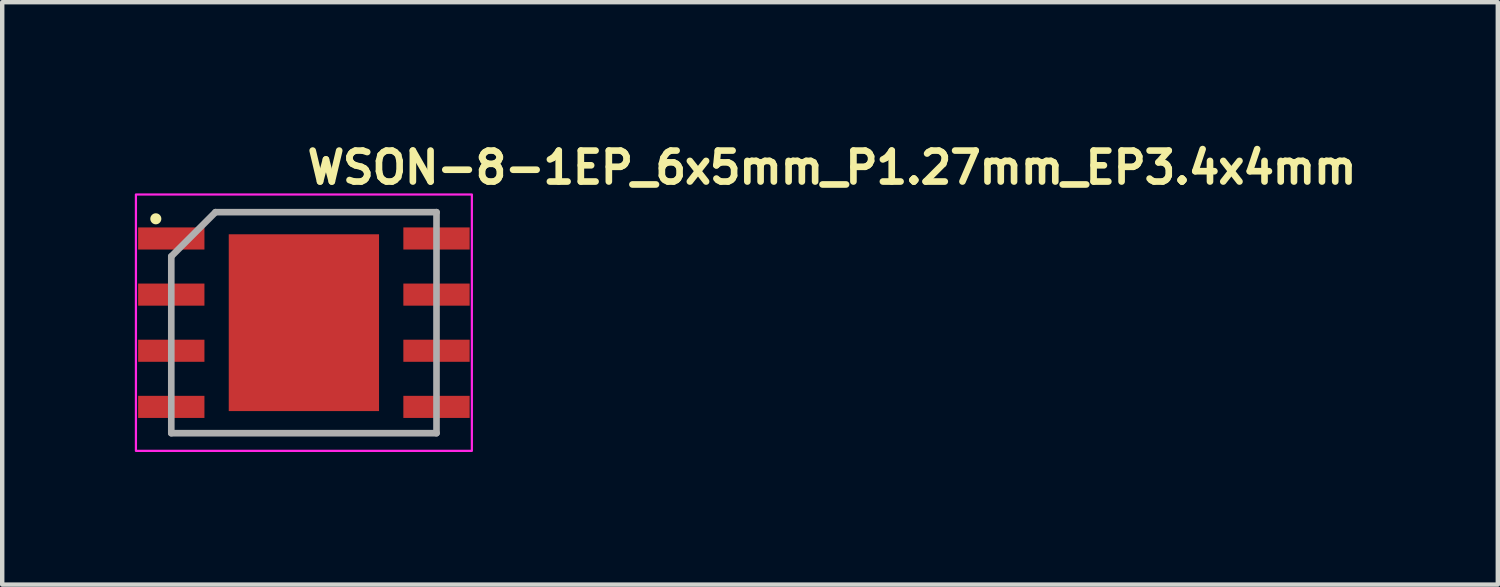
<source format=kicad_pcb>
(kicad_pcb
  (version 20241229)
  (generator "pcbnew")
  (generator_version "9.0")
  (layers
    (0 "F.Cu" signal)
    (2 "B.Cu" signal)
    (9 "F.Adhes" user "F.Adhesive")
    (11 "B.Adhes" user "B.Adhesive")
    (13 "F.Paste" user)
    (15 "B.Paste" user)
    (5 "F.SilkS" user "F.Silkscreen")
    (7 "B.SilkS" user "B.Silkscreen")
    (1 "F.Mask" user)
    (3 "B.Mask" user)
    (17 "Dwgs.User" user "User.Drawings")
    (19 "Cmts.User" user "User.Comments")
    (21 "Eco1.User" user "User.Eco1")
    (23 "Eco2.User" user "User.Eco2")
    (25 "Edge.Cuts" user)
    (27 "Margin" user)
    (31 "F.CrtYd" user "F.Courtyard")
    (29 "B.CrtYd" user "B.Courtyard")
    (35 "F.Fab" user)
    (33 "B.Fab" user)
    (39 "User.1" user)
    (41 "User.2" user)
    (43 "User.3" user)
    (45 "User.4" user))
  (footprint "WSON-8-1EP_6x5mm_P1.27mm_EP3.4x4mm"
    (layer "F.Cu")
    (at 3.825 4.25)
    (property "Reference" "WSON-8-1EP_6x5mm_P1.27mm_EP3.4x4mm" (at 0 -3.1 0) (layer "F.SilkS") (effects (font (size 0.7 0.7) (thickness 0.15)) (justify left bottom)))
    (attr smd)
    (fp_circle (center -3.35 -2.35) (end -3.3 -2.35) (stroke (width 0.15) (type solid)) (fill yes) (layer "F.SilkS"))
    (fp_rect (start -3.8 -2.9) (end 3.8 2.9) (stroke (width 0.05) (type solid)) (fill no) (layer "F.CrtYd"))
    (fp_line (start -3 -1.5) (end -3 2.5) (stroke (width 0.15) (type solid)) (layer "F.Fab"))
    (fp_line (start -3 2.5) (end 3 2.5) (stroke (width 0.15) (type solid)) (layer "F.Fab"))
    (fp_line (start -2 -2.5) (end -3 -1.5) (stroke (width 0.15) (type solid)) (layer "F.Fab"))
    (fp_line (start 3 -2.5) (end -2 -2.5) (stroke (width 0.15) (type solid)) (layer "F.Fab"))
    (fp_line (start 3 2.5) (end 3 -2.5) (stroke (width 0.15) (type solid)) (layer "F.Fab"))
    (fp_rect (start -3 -2.5) (end 3 2.5) (stroke (width 0.1) (type solid)) (fill no) (layer "User.5"))
    (fp_line (start -3 -2.5) (end -3 2.5) (stroke (width 0.02) (type solid)) (layer "User.9"))
    (fp_line (start -3 2.5) (end 3 2.5) (stroke (width 0.02) (type solid)) (layer "User.9"))
    (fp_line (start -2.81 -2.119) (end -2.809 -2.109) (stroke (width 0.02) (type solid)) (layer "User.9"))
    (fp_line (start -2.81 -2.119) (end -2.809 -2.109) (stroke (width 0.02) (type solid)) (layer "User.9"))
    (fp_line (start -2.809 -2.138) (end -2.809 -2.129) (stroke (width 0.02) (type solid)) (layer "User.9"))
    (fp_line (start -2.809 -2.138) (end -2.809 -2.129) (stroke (width 0.02) (type solid)) (layer "User.9"))
    (fp_line (start -2.809 -2.129) (end -2.81 -2.119) (stroke (width 0.02) (type solid)) (layer "User.9"))
    (fp_line (start -2.809 -2.129) (end -2.81 -2.119) (stroke (width 0.02) (type solid)) (layer "User.9"))
    (fp_line (start -2.809 -2.109) (end -2.809 -2.1) (stroke (width 0.02) (type solid)) (layer "User.9"))
    (fp_line (start -2.809 -2.109) (end -2.809 -2.1) (stroke (width 0.02) (type solid)) (layer "User.9"))
    (fp_line (start -2.809 -2.1) (end -2.807 -2.09) (stroke (width 0.02) (type solid)) (layer "User.9"))
    (fp_line (start -2.809 -2.1) (end -2.807 -2.09) (stroke (width 0.02) (type solid)) (layer "User.9"))
    (fp_line (start -2.807 -2.148) (end -2.809 -2.138) (stroke (width 0.02) (type solid)) (layer "User.9"))
    (fp_line (start -2.807 -2.148) (end -2.809 -2.138) (stroke (width 0.02) (type solid)) (layer "User.9"))
    (fp_line (start -2.807 -2.09) (end -2.806 -2.081) (stroke (width 0.02) (type solid)) (layer "User.9"))
    (fp_line (start -2.807 -2.09) (end -2.806 -2.081) (stroke (width 0.02) (type solid)) (layer "User.9"))
    (fp_line (start -2.806 -2.157) (end -2.807 -2.148) (stroke (width 0.02) (type solid)) (layer "User.9"))
    (fp_line (start -2.806 -2.157) (end -2.807 -2.148) (stroke (width 0.02) (type solid)) (layer "User.9"))
    (fp_line (start -2.806 -2.081) (end -2.804 -2.071) (stroke (width 0.02) (type solid)) (layer "User.9"))
    (fp_line (start -2.806 -2.081) (end -2.804 -2.071) (stroke (width 0.02) (type solid)) (layer "User.9"))
    (fp_line (start -2.804 -2.071) (end -2.801 -2.062) (stroke (width 0.02) (type solid)) (layer "User.9"))
    (fp_line (start -2.804 -2.071) (end -2.801 -2.062) (stroke (width 0.02) (type solid)) (layer "User.9"))
    (fp_line (start -2.803 -2.167) (end -2.806 -2.157) (stroke (width 0.02) (type solid)) (layer "User.9"))
    (fp_line (start -2.803 -2.167) (end -2.806 -2.157) (stroke (width 0.02) (type solid)) (layer "User.9"))
    (fp_line (start -2.801 -2.176) (end -2.803 -2.167) (stroke (width 0.02) (type solid)) (layer "User.9"))
    (fp_line (start -2.801 -2.176) (end -2.803 -2.167) (stroke (width 0.02) (type solid)) (layer "User.9"))
    (fp_line (start -2.801 -2.062) (end -2.798 -2.054) (stroke (width 0.02) (type solid)) (layer "User.9"))
    (fp_line (start -2.801 -2.062) (end -2.798 -2.054) (stroke (width 0.02) (type solid)) (layer "User.9"))
    (fp_line (start -2.798 -2.184) (end -2.801 -2.176) (stroke (width 0.02) (type solid)) (layer "User.9"))
    (fp_line (start -2.798 -2.184) (end -2.801 -2.176) (stroke (width 0.02) (type solid)) (layer "User.9"))
    (fp_line (start -2.798 -2.054) (end -2.795 -2.045) (stroke (width 0.02) (type solid)) (layer "User.9"))
    (fp_line (start -2.798 -2.054) (end -2.795 -2.045) (stroke (width 0.02) (type solid)) (layer "User.9"))
    (fp_line (start -2.795 -2.193) (end -2.798 -2.184) (stroke (width 0.02) (type solid)) (layer "User.9"))
    (fp_line (start -2.795 -2.193) (end -2.798 -2.184) (stroke (width 0.02) (type solid)) (layer "User.9"))
    (fp_line (start -2.795 -2.045) (end -2.791 -2.036) (stroke (width 0.02) (type solid)) (layer "User.9"))
    (fp_line (start -2.795 -2.045) (end -2.791 -2.036) (stroke (width 0.02) (type solid)) (layer "User.9"))
    (fp_line (start -2.791 -2.202) (end -2.795 -2.193) (stroke (width 0.02) (type solid)) (layer "User.9"))
    (fp_line (start -2.791 -2.202) (end -2.795 -2.193) (stroke (width 0.02) (type solid)) (layer "User.9"))
    (fp_line (start -2.791 -2.036) (end -2.787 -2.028) (stroke (width 0.02) (type solid)) (layer "User.9"))
    (fp_line (start -2.791 -2.036) (end -2.787 -2.028) (stroke (width 0.02) (type solid)) (layer "User.9"))
    (fp_line (start -2.787 -2.028) (end -2.782 -2.02) (stroke (width 0.02) (type solid)) (layer "User.9"))
    (fp_line (start -2.787 -2.028) (end -2.782 -2.02) (stroke (width 0.02) (type solid)) (layer "User.9"))
    (fp_line (start -2.786 -2.21) (end -2.791 -2.202) (stroke (width 0.02) (type solid)) (layer "User.9"))
    (fp_line (start -2.786 -2.21) (end -2.791 -2.202) (stroke (width 0.02) (type solid)) (layer "User.9"))
    (fp_line (start -2.782 -2.218) (end -2.786 -2.21) (stroke (width 0.02) (type solid)) (layer "User.9"))
    (fp_line (start -2.782 -2.218) (end -2.786 -2.21) (stroke (width 0.02) (type solid)) (layer "User.9"))
    (fp_line (start -2.782 -2.02) (end -2.777 -2.013) (stroke (width 0.02) (type solid)) (layer "User.9"))
    (fp_line (start -2.782 -2.02) (end -2.777 -2.013) (stroke (width 0.02) (type solid)) (layer "User.9"))
    (fp_line (start -2.777 -2.225) (end -2.782 -2.218) (stroke (width 0.02) (type solid)) (layer "User.9"))
    (fp_line (start -2.777 -2.225) (end -2.782 -2.218) (stroke (width 0.02) (type solid)) (layer "User.9"))
    (fp_line (start -2.777 -2.013) (end -2.772 -2.005) (stroke (width 0.02) (type solid)) (layer "User.9"))
    (fp_line (start -2.777 -2.013) (end -2.772 -2.005) (stroke (width 0.02) (type solid)) (layer "User.9"))
    (fp_line (start -2.772 -2.233) (end -2.777 -2.225) (stroke (width 0.02) (type solid)) (layer "User.9"))
    (fp_line (start -2.772 -2.233) (end -2.777 -2.225) (stroke (width 0.02) (type solid)) (layer "User.9"))
    (fp_line (start -2.772 -2.005) (end -2.766 -1.998) (stroke (width 0.02) (type solid)) (layer "User.9"))
    (fp_line (start -2.772 -2.005) (end -2.766 -1.998) (stroke (width 0.02) (type solid)) (layer "User.9"))
    (fp_line (start -2.766 -2.24) (end -2.772 -2.233) (stroke (width 0.02) (type solid)) (layer "User.9"))
    (fp_line (start -2.766 -2.24) (end -2.772 -2.233) (stroke (width 0.02) (type solid)) (layer "User.9"))
    (fp_line (start -2.766 -1.998) (end -2.76 -1.991) (stroke (width 0.02) (type solid)) (layer "User.9"))
    (fp_line (start -2.766 -1.998) (end -2.76 -1.991) (stroke (width 0.02) (type solid)) (layer "User.9"))
    (fp_line (start -2.76 -2.247) (end -2.766 -2.24) (stroke (width 0.02) (type solid)) (layer "User.9"))
    (fp_line (start -2.76 -2.247) (end -2.766 -2.24) (stroke (width 0.02) (type solid)) (layer "User.9"))
    (fp_line (start -2.76 -1.991) (end -2.754 -1.984) (stroke (width 0.02) (type solid)) (layer "User.9"))
    (fp_line (start -2.76 -1.991) (end -2.754 -1.984) (stroke (width 0.02) (type solid)) (layer "User.9"))
    (fp_line (start -2.754 -2.254) (end -2.76 -2.247) (stroke (width 0.02) (type solid)) (layer "User.9"))
    (fp_line (start -2.754 -2.254) (end -2.76 -2.247) (stroke (width 0.02) (type solid)) (layer "User.9"))
    (fp_line (start -2.754 -1.984) (end -2.747 -1.978) (stroke (width 0.02) (type solid)) (layer "User.9"))
    (fp_line (start -2.754 -1.984) (end -2.747 -1.978) (stroke (width 0.02) (type solid)) (layer "User.9"))
    (fp_line (start -2.747 -2.26) (end -2.754 -2.254) (stroke (width 0.02) (type solid)) (layer "User.9"))
    (fp_line (start -2.747 -2.26) (end -2.754 -2.254) (stroke (width 0.02) (type solid)) (layer "User.9"))
    (fp_line (start -2.747 -1.978) (end -2.74 -1.972) (stroke (width 0.02) (type solid)) (layer "User.9"))
    (fp_line (start -2.747 -1.978) (end -2.74 -1.972) (stroke (width 0.02) (type solid)) (layer "User.9"))
    (fp_line (start -2.74 -2.266) (end -2.747 -2.26) (stroke (width 0.02) (type solid)) (layer "User.9"))
    (fp_line (start -2.74 -2.266) (end -2.747 -2.26) (stroke (width 0.02) (type solid)) (layer "User.9"))
    (fp_line (start -2.74 -1.972) (end -2.733 -1.966) (stroke (width 0.02) (type solid)) (layer "User.9"))
    (fp_line (start -2.74 -1.972) (end -2.733 -1.966) (stroke (width 0.02) (type solid)) (layer "User.9"))
    (fp_line (start -2.733 -2.272) (end -2.74 -2.266) (stroke (width 0.02) (type solid)) (layer "User.9"))
    (fp_line (start -2.733 -2.272) (end -2.74 -2.266) (stroke (width 0.02) (type solid)) (layer "User.9"))
    (fp_line (start -2.733 -1.966) (end -2.726 -1.961) (stroke (width 0.02) (type solid)) (layer "User.9"))
    (fp_line (start -2.733 -1.966) (end -2.726 -1.961) (stroke (width 0.02) (type solid)) (layer "User.9"))
    (fp_line (start -2.726 -1.961) (end -2.718 -1.956) (stroke (width 0.02) (type solid)) (layer "User.9"))
    (fp_line (start -2.726 -1.961) (end -2.718 -1.956) (stroke (width 0.02) (type solid)) (layer "User.9"))
    (fp_line (start -2.725 -2.277) (end -2.733 -2.272) (stroke (width 0.02) (type solid)) (layer "User.9"))
    (fp_line (start -2.725 -2.277) (end -2.733 -2.272) (stroke (width 0.02) (type solid)) (layer "User.9"))
    (fp_line (start -2.718 -2.282) (end -2.725 -2.277) (stroke (width 0.02) (type solid)) (layer "User.9"))
    (fp_line (start -2.718 -2.282) (end -2.725 -2.277) (stroke (width 0.02) (type solid)) (layer "User.9"))
    (fp_line (start -2.718 -1.956) (end -2.71 -1.952) (stroke (width 0.02) (type solid)) (layer "User.9"))
    (fp_line (start -2.718 -1.956) (end -2.71 -1.952) (stroke (width 0.02) (type solid)) (layer "User.9"))
    (fp_line (start -2.71 -2.286) (end -2.718 -2.282) (stroke (width 0.02) (type solid)) (layer "User.9"))
    (fp_line (start -2.71 -2.286) (end -2.718 -2.282) (stroke (width 0.02) (type solid)) (layer "User.9"))
    (fp_line (start -2.71 -1.952) (end -2.702 -1.947) (stroke (width 0.02) (type solid)) (layer "User.9"))
    (fp_line (start -2.71 -1.952) (end -2.702 -1.947) (stroke (width 0.02) (type solid)) (layer "User.9"))
    (fp_line (start -2.702 -2.291) (end -2.71 -2.286) (stroke (width 0.02) (type solid)) (layer "User.9"))
    (fp_line (start -2.702 -2.291) (end -2.71 -2.286) (stroke (width 0.02) (type solid)) (layer "User.9"))
    (fp_line (start -2.702 -1.947) (end -2.693 -1.944) (stroke (width 0.02) (type solid)) (layer "User.9"))
    (fp_line (start -2.702 -1.947) (end -2.693 -1.944) (stroke (width 0.02) (type solid)) (layer "User.9"))
    (fp_line (start -2.693 -2.294) (end -2.702 -2.291) (stroke (width 0.02) (type solid)) (layer "User.9"))
    (fp_line (start -2.693 -2.294) (end -2.702 -2.291) (stroke (width 0.02) (type solid)) (layer "User.9"))
    (fp_line (start -2.693 -1.944) (end -2.685 -1.94) (stroke (width 0.02) (type solid)) (layer "User.9"))
    (fp_line (start -2.693 -1.944) (end -2.685 -1.94) (stroke (width 0.02) (type solid)) (layer "User.9"))
    (fp_line (start -2.685 -1.94) (end -2.676 -1.937) (stroke (width 0.02) (type solid)) (layer "User.9"))
    (fp_line (start -2.685 -1.94) (end -2.676 -1.937) (stroke (width 0.02) (type solid)) (layer "User.9"))
    (fp_line (start -2.684 -2.298) (end -2.693 -2.294) (stroke (width 0.02) (type solid)) (layer "User.9"))
    (fp_line (start -2.684 -2.298) (end -2.693 -2.294) (stroke (width 0.02) (type solid)) (layer "User.9"))
    (fp_line (start -2.676 -2.301) (end -2.684 -2.298) (stroke (width 0.02) (type solid)) (layer "User.9"))
    (fp_line (start -2.676 -2.301) (end -2.684 -2.298) (stroke (width 0.02) (type solid)) (layer "User.9"))
    (fp_line (start -2.676 -1.937) (end -2.667 -1.935) (stroke (width 0.02) (type solid)) (layer "User.9"))
    (fp_line (start -2.676 -1.937) (end -2.667 -1.935) (stroke (width 0.02) (type solid)) (layer "User.9"))
    (fp_line (start -2.667 -2.303) (end -2.676 -2.301) (stroke (width 0.02) (type solid)) (layer "User.9"))
    (fp_line (start -2.667 -2.303) (end -2.676 -2.301) (stroke (width 0.02) (type solid)) (layer "User.9"))
    (fp_line (start -2.667 -1.935) (end -2.657 -1.932) (stroke (width 0.02) (type solid)) (layer "User.9"))
    (fp_line (start -2.667 -1.935) (end -2.657 -1.932) (stroke (width 0.02) (type solid)) (layer "User.9"))
    (fp_line (start -2.657 -2.306) (end -2.667 -2.303) (stroke (width 0.02) (type solid)) (layer "User.9"))
    (fp_line (start -2.657 -2.306) (end -2.667 -2.303) (stroke (width 0.02) (type solid)) (layer "User.9"))
    (fp_line (start -2.657 -1.932) (end -2.648 -1.931) (stroke (width 0.02) (type solid)) (layer "User.9"))
    (fp_line (start -2.657 -1.932) (end -2.648 -1.931) (stroke (width 0.02) (type solid)) (layer "User.9"))
    (fp_line (start -2.648 -2.307) (end -2.657 -2.306) (stroke (width 0.02) (type solid)) (layer "User.9"))
    (fp_line (start -2.648 -2.307) (end -2.657 -2.306) (stroke (width 0.02) (type solid)) (layer "User.9"))
    (fp_line (start -2.648 -1.931) (end -2.639 -1.93) (stroke (width 0.02) (type solid)) (layer "User.9"))
    (fp_line (start -2.648 -1.931) (end -2.639 -1.93) (stroke (width 0.02) (type solid)) (layer "User.9"))
    (fp_line (start -2.639 -1.93) (end -2.629 -1.929) (stroke (width 0.02) (type solid)) (layer "User.9"))
    (fp_line (start -2.639 -1.93) (end -2.629 -1.929) (stroke (width 0.02) (type solid)) (layer "User.9"))
    (fp_line (start -2.638 -2.308) (end -2.648 -2.307) (stroke (width 0.02) (type solid)) (layer "User.9"))
    (fp_line (start -2.638 -2.308) (end -2.648 -2.307) (stroke (width 0.02) (type solid)) (layer "User.9"))
    (fp_line (start -2.629 -2.309) (end -2.638 -2.308) (stroke (width 0.02) (type solid)) (layer "User.9"))
    (fp_line (start -2.629 -2.309) (end -2.638 -2.308) (stroke (width 0.02) (type solid)) (layer "User.9"))
    (fp_line (start -2.629 -1.929) (end -2.619 -1.929) (stroke (width 0.02) (type solid)) (layer "User.9"))
    (fp_line (start -2.629 -1.929) (end -2.619 -1.929) (stroke (width 0.02) (type solid)) (layer "User.9"))
    (fp_line (start -2.619 -2.309) (end -2.629 -2.309) (stroke (width 0.02) (type solid)) (layer "User.9"))
    (fp_line (start -2.619 -2.309) (end -2.629 -2.309) (stroke (width 0.02) (type solid)) (layer "User.9"))
    (fp_line (start -2.619 -1.929) (end -2.609 -1.929) (stroke (width 0.02) (type solid)) (layer "User.9"))
    (fp_line (start -2.619 -1.929) (end -2.609 -1.929) (stroke (width 0.02) (type solid)) (layer "User.9"))
    (fp_line (start -2.609 -2.309) (end -2.619 -2.309) (stroke (width 0.02) (type solid)) (layer "User.9"))
    (fp_line (start -2.609 -2.309) (end -2.619 -2.309) (stroke (width 0.02) (type solid)) (layer "User.9"))
    (fp_line (start -2.609 -1.929) (end -2.6 -1.93) (stroke (width 0.02) (type solid)) (layer "User.9"))
    (fp_line (start -2.609 -1.929) (end -2.6 -1.93) (stroke (width 0.02) (type solid)) (layer "User.9"))
    (fp_line (start -2.6 -1.93) (end -2.59 -1.931) (stroke (width 0.02) (type solid)) (layer "User.9"))
    (fp_line (start -2.6 -1.93) (end -2.59 -1.931) (stroke (width 0.02) (type solid)) (layer "User.9"))
    (fp_line (start -2.599 -2.308) (end -2.609 -2.309) (stroke (width 0.02) (type solid)) (layer "User.9"))
    (fp_line (start -2.599 -2.308) (end -2.609 -2.309) (stroke (width 0.02) (type solid)) (layer "User.9"))
    (fp_line (start -2.59 -2.307) (end -2.599 -2.308) (stroke (width 0.02) (type solid)) (layer "User.9"))
    (fp_line (start -2.59 -2.307) (end -2.599 -2.308) (stroke (width 0.02) (type solid)) (layer "User.9"))
    (fp_line (start -2.59 -1.931) (end -2.581 -1.932) (stroke (width 0.02) (type solid)) (layer "User.9"))
    (fp_line (start -2.59 -1.931) (end -2.581 -1.932) (stroke (width 0.02) (type solid)) (layer "User.9"))
    (fp_line (start -2.581 -2.306) (end -2.59 -2.307) (stroke (width 0.02) (type solid)) (layer "User.9"))
    (fp_line (start -2.581 -2.306) (end -2.59 -2.307) (stroke (width 0.02) (type solid)) (layer "User.9"))
    (fp_line (start -2.581 -1.932) (end -2.571 -1.935) (stroke (width 0.02) (type solid)) (layer "User.9"))
    (fp_line (start -2.581 -1.932) (end -2.571 -1.935) (stroke (width 0.02) (type solid)) (layer "User.9"))
    (fp_line (start -2.571 -2.303) (end -2.581 -2.306) (stroke (width 0.02) (type solid)) (layer "User.9"))
    (fp_line (start -2.571 -2.303) (end -2.581 -2.306) (stroke (width 0.02) (type solid)) (layer "User.9"))
    (fp_line (start -2.571 -1.935) (end -2.562 -1.937) (stroke (width 0.02) (type solid)) (layer "User.9"))
    (fp_line (start -2.571 -1.935) (end -2.562 -1.937) (stroke (width 0.02) (type solid)) (layer "User.9"))
    (fp_line (start -2.562 -2.301) (end -2.571 -2.303) (stroke (width 0.02) (type solid)) (layer "User.9"))
    (fp_line (start -2.562 -2.301) (end -2.571 -2.303) (stroke (width 0.02) (type solid)) (layer "User.9"))
    (fp_line (start -2.562 -1.937) (end -2.554 -1.94) (stroke (width 0.02) (type solid)) (layer "User.9"))
    (fp_line (start -2.562 -1.937) (end -2.554 -1.94) (stroke (width 0.02) (type solid)) (layer "User.9"))
    (fp_line (start -2.554 -1.94) (end -2.545 -1.944) (stroke (width 0.02) (type solid)) (layer "User.9"))
    (fp_line (start -2.554 -1.94) (end -2.545 -1.944) (stroke (width 0.02) (type solid)) (layer "User.9"))
    (fp_line (start -2.553 -2.298) (end -2.562 -2.301) (stroke (width 0.02) (type solid)) (layer "User.9"))
    (fp_line (start -2.553 -2.298) (end -2.562 -2.301) (stroke (width 0.02) (type solid)) (layer "User.9"))
    (fp_line (start -2.545 -2.294) (end -2.553 -2.298) (stroke (width 0.02) (type solid)) (layer "User.9"))
    (fp_line (start -2.545 -2.294) (end -2.553 -2.298) (stroke (width 0.02) (type solid)) (layer "User.9"))
    (fp_line (start -2.545 -1.944) (end -2.536 -1.947) (stroke (width 0.02) (type solid)) (layer "User.9"))
    (fp_line (start -2.545 -1.944) (end -2.536 -1.947) (stroke (width 0.02) (type solid)) (layer "User.9"))
    (fp_line (start -2.536 -2.291) (end -2.545 -2.294) (stroke (width 0.02) (type solid)) (layer "User.9"))
    (fp_line (start -2.536 -2.291) (end -2.545 -2.294) (stroke (width 0.02) (type solid)) (layer "User.9"))
    (fp_line (start -2.536 -1.947) (end -2.528 -1.952) (stroke (width 0.02) (type solid)) (layer "User.9"))
    (fp_line (start -2.536 -1.947) (end -2.528 -1.952) (stroke (width 0.02) (type solid)) (layer "User.9"))
    (fp_line (start -2.528 -2.286) (end -2.536 -2.291) (stroke (width 0.02) (type solid)) (layer "User.9"))
    (fp_line (start -2.528 -2.286) (end -2.536 -2.291) (stroke (width 0.02) (type solid)) (layer "User.9"))
    (fp_line (start -2.528 -1.952) (end -2.52 -1.956) (stroke (width 0.02) (type solid)) (layer "User.9"))
    (fp_line (start -2.528 -1.952) (end -2.52 -1.956) (stroke (width 0.02) (type solid)) (layer "User.9"))
    (fp_line (start -2.52 -2.282) (end -2.528 -2.286) (stroke (width 0.02) (type solid)) (layer "User.9"))
    (fp_line (start -2.52 -2.282) (end -2.528 -2.286) (stroke (width 0.02) (type solid)) (layer "User.9"))
    (fp_line (start -2.52 -1.956) (end -2.513 -1.961) (stroke (width 0.02) (type solid)) (layer "User.9"))
    (fp_line (start -2.52 -1.956) (end -2.513 -1.961) (stroke (width 0.02) (type solid)) (layer "User.9"))
    (fp_line (start -2.513 -1.961) (end -2.505 -1.966) (stroke (width 0.02) (type solid)) (layer "User.9"))
    (fp_line (start -2.513 -1.961) (end -2.505 -1.966) (stroke (width 0.02) (type solid)) (layer "User.9"))
    (fp_line (start -2.512 -2.277) (end -2.52 -2.282) (stroke (width 0.02) (type solid)) (layer "User.9"))
    (fp_line (start -2.512 -2.277) (end -2.52 -2.282) (stroke (width 0.02) (type solid)) (layer "User.9"))
    (fp_line (start -2.505 -2.272) (end -2.512 -2.277) (stroke (width 0.02) (type solid)) (layer "User.9"))
    (fp_line (start -2.505 -2.272) (end -2.512 -2.277) (stroke (width 0.02) (type solid)) (layer "User.9"))
    (fp_line (start -2.505 -1.966) (end -2.498 -1.972) (stroke (width 0.02) (type solid)) (layer "User.9"))
    (fp_line (start -2.505 -1.966) (end -2.498 -1.972) (stroke (width 0.02) (type solid)) (layer "User.9"))
    (fp_line (start -2.498 -2.266) (end -2.505 -2.272) (stroke (width 0.02) (type solid)) (layer "User.9"))
    (fp_line (start -2.498 -2.266) (end -2.505 -2.272) (stroke (width 0.02) (type solid)) (layer "User.9"))
    (fp_line (start -2.498 -1.972) (end -2.491 -1.978) (stroke (width 0.02) (type solid)) (layer "User.9"))
    (fp_line (start -2.498 -1.972) (end -2.491 -1.978) (stroke (width 0.02) (type solid)) (layer "User.9"))
    (fp_line (start -2.491 -2.26) (end -2.498 -2.266) (stroke (width 0.02) (type solid)) (layer "User.9"))
    (fp_line (start -2.491 -2.26) (end -2.498 -2.266) (stroke (width 0.02) (type solid)) (layer "User.9"))
    (fp_line (start -2.491 -1.978) (end -2.484 -1.984) (stroke (width 0.02) (type solid)) (layer "User.9"))
    (fp_line (start -2.491 -1.978) (end -2.484 -1.984) (stroke (width 0.02) (type solid)) (layer "User.9"))
    (fp_line (start -2.484 -2.254) (end -2.491 -2.26) (stroke (width 0.02) (type solid)) (layer "User.9"))
    (fp_line (start -2.484 -2.254) (end -2.491 -2.26) (stroke (width 0.02) (type solid)) (layer "User.9"))
    (fp_line (start -2.484 -1.984) (end -2.478 -1.991) (stroke (width 0.02) (type solid)) (layer "User.9"))
    (fp_line (start -2.484 -1.984) (end -2.478 -1.991) (stroke (width 0.02) (type solid)) (layer "User.9"))
    (fp_line (start -2.478 -2.247) (end -2.484 -2.254) (stroke (width 0.02) (type solid)) (layer "User.9"))
    (fp_line (start -2.478 -2.247) (end -2.484 -2.254) (stroke (width 0.02) (type solid)) (layer "User.9"))
    (fp_line (start -2.478 -1.991) (end -2.472 -1.998) (stroke (width 0.02) (type solid)) (layer "User.9"))
    (fp_line (start -2.478 -1.991) (end -2.472 -1.998) (stroke (width 0.02) (type solid)) (layer "User.9"))
    (fp_line (start -2.472 -2.24) (end -2.478 -2.247) (stroke (width 0.02) (type solid)) (layer "User.9"))
    (fp_line (start -2.472 -2.24) (end -2.478 -2.247) (stroke (width 0.02) (type solid)) (layer "User.9"))
    (fp_line (start -2.472 -1.998) (end -2.466 -2.005) (stroke (width 0.02) (type solid)) (layer "User.9"))
    (fp_line (start -2.472 -1.998) (end -2.466 -2.005) (stroke (width 0.02) (type solid)) (layer "User.9"))
    (fp_line (start -2.466 -2.233) (end -2.472 -2.24) (stroke (width 0.02) (type solid)) (layer "User.9"))
    (fp_line (start -2.466 -2.233) (end -2.472 -2.24) (stroke (width 0.02) (type solid)) (layer "User.9"))
    (fp_line (start -2.466 -2.005) (end -2.461 -2.013) (stroke (width 0.02) (type solid)) (layer "User.9"))
    (fp_line (start -2.466 -2.005) (end -2.461 -2.013) (stroke (width 0.02) (type solid)) (layer "User.9"))
    (fp_line (start -2.461 -2.225) (end -2.466 -2.233) (stroke (width 0.02) (type solid)) (layer "User.9"))
    (fp_line (start -2.461 -2.225) (end -2.466 -2.233) (stroke (width 0.02) (type solid)) (layer "User.9"))
    (fp_line (start -2.461 -2.013) (end -2.456 -2.02) (stroke (width 0.02) (type solid)) (layer "User.9"))
    (fp_line (start -2.461 -2.013) (end -2.456 -2.02) (stroke (width 0.02) (type solid)) (layer "User.9"))
    (fp_line (start -2.456 -2.218) (end -2.461 -2.225) (stroke (width 0.02) (type solid)) (layer "User.9"))
    (fp_line (start -2.456 -2.218) (end -2.461 -2.225) (stroke (width 0.02) (type solid)) (layer "User.9"))
    (fp_line (start -2.456 -2.02) (end -2.452 -2.028) (stroke (width 0.02) (type solid)) (layer "User.9"))
    (fp_line (start -2.456 -2.02) (end -2.452 -2.028) (stroke (width 0.02) (type solid)) (layer "User.9"))
    (fp_line (start -2.452 -2.028) (end -2.447 -2.036) (stroke (width 0.02) (type solid)) (layer "User.9"))
    (fp_line (start -2.452 -2.028) (end -2.447 -2.036) (stroke (width 0.02) (type solid)) (layer "User.9"))
    (fp_line (start -2.451 -2.21) (end -2.456 -2.218) (stroke (width 0.02) (type solid)) (layer "User.9"))
    (fp_line (start -2.451 -2.21) (end -2.456 -2.218) (stroke (width 0.02) (type solid)) (layer "User.9"))
    (fp_line (start -2.447 -2.202) (end -2.451 -2.21) (stroke (width 0.02) (type solid)) (layer "User.9"))
    (fp_line (start -2.447 -2.202) (end -2.451 -2.21) (stroke (width 0.02) (type solid)) (layer "User.9"))
    (fp_line (start -2.447 -2.036) (end -2.443 -2.045) (stroke (width 0.02) (type solid)) (layer "User.9"))
    (fp_line (start -2.447 -2.036) (end -2.443 -2.045) (stroke (width 0.02) (type solid)) (layer "User.9"))
    (fp_line (start -2.443 -2.193) (end -2.447 -2.202) (stroke (width 0.02) (type solid)) (layer "User.9"))
    (fp_line (start -2.443 -2.193) (end -2.447 -2.202) (stroke (width 0.02) (type solid)) (layer "User.9"))
    (fp_line (start -2.443 -2.045) (end -2.44 -2.054) (stroke (width 0.02) (type solid)) (layer "User.9"))
    (fp_line (start -2.443 -2.045) (end -2.44 -2.054) (stroke (width 0.02) (type solid)) (layer "User.9"))
    (fp_line (start -2.44 -2.184) (end -2.443 -2.193) (stroke (width 0.02) (type solid)) (layer "User.9"))
    (fp_line (start -2.44 -2.184) (end -2.443 -2.193) (stroke (width 0.02) (type solid)) (layer "User.9"))
    (fp_line (start -2.44 -2.054) (end -2.437 -2.062) (stroke (width 0.02) (type solid)) (layer "User.9"))
    (fp_line (start -2.44 -2.054) (end -2.437 -2.062) (stroke (width 0.02) (type solid)) (layer "User.9"))
    (fp_line (start -2.437 -2.176) (end -2.44 -2.184) (stroke (width 0.02) (type solid)) (layer "User.9"))
    (fp_line (start -2.437 -2.176) (end -2.44 -2.184) (stroke (width 0.02) (type solid)) (layer "User.9"))
    (fp_line (start -2.437 -2.062) (end -2.435 -2.071) (stroke (width 0.02) (type solid)) (layer "User.9"))
    (fp_line (start -2.437 -2.062) (end -2.435 -2.071) (stroke (width 0.02) (type solid)) (layer "User.9"))
    (fp_line (start -2.435 -2.071) (end -2.432 -2.081) (stroke (width 0.02) (type solid)) (layer "User.9"))
    (fp_line (start -2.435 -2.071) (end -2.432 -2.081) (stroke (width 0.02) (type solid)) (layer "User.9"))
    (fp_line (start -2.434 -2.167) (end -2.437 -2.176) (stroke (width 0.02) (type solid)) (layer "User.9"))
    (fp_line (start -2.434 -2.167) (end -2.437 -2.176) (stroke (width 0.02) (type solid)) (layer "User.9"))
    (fp_line (start -2.432 -2.157) (end -2.434 -2.167) (stroke (width 0.02) (type solid)) (layer "User.9"))
    (fp_line (start -2.432 -2.157) (end -2.434 -2.167) (stroke (width 0.02) (type solid)) (layer "User.9"))
    (fp_line (start -2.432 -2.081) (end -2.431 -2.09) (stroke (width 0.02) (type solid)) (layer "User.9"))
    (fp_line (start -2.432 -2.081) (end -2.431 -2.09) (stroke (width 0.02) (type solid)) (layer "User.9"))
    (fp_line (start -2.431 -2.148) (end -2.432 -2.157) (stroke (width 0.02) (type solid)) (layer "User.9"))
    (fp_line (start -2.431 -2.148) (end -2.432 -2.157) (stroke (width 0.02) (type solid)) (layer "User.9"))
    (fp_line (start -2.431 -2.09) (end -2.429 -2.1) (stroke (width 0.02) (type solid)) (layer "User.9"))
    (fp_line (start -2.431 -2.09) (end -2.429 -2.1) (stroke (width 0.02) (type solid)) (layer "User.9"))
    (fp_line (start -2.429 -2.138) (end -2.431 -2.148) (stroke (width 0.02) (type solid)) (layer "User.9"))
    (fp_line (start -2.429 -2.138) (end -2.431 -2.148) (stroke (width 0.02) (type solid)) (layer "User.9"))
    (fp_line (start -2.429 -2.129) (end -2.429 -2.138) (stroke (width 0.02) (type solid)) (layer "User.9"))
    (fp_line (start -2.429 -2.129) (end -2.429 -2.138) (stroke (width 0.02) (type solid)) (layer "User.9"))
    (fp_line (start -2.429 -2.109) (end -2.428 -2.119) (stroke (width 0.02) (type solid)) (layer "User.9"))
    (fp_line (start -2.429 -2.109) (end -2.428 -2.119) (stroke (width 0.02) (type solid)) (layer "User.9"))
    (fp_line (start -2.429 -2.1) (end -2.429 -2.109) (stroke (width 0.02) (type solid)) (layer "User.9"))
    (fp_line (start -2.429 -2.1) (end -2.429 -2.109) (stroke (width 0.02) (type solid)) (layer "User.9"))
    (fp_line (start -2.428 -2.119) (end -2.429 -2.129) (stroke (width 0.02) (type solid)) (layer "User.9"))
    (fp_line (start -2.428 -2.119) (end -2.429 -2.129) (stroke (width 0.02) (type solid)) (layer "User.9"))
    (fp_line (start 3 -2.5) (end -3 -2.5) (stroke (width 0.02) (type solid)) (layer "User.9"))
    (fp_line (start 3 2.5) (end 3 -2.5) (stroke (width 0.02) (type solid)) (layer "User.9"))
    (pad "1" smd rect (at -3 -1.905 90) (size 0.5 1.5) (layers "F.Cu" "F.Mask" "F.Paste"))
    (pad "2" smd rect (at -3 -0.635 90) (size 0.5 1.5) (layers "F.Cu" "F.Mask" "F.Paste"))
    (pad "3" smd rect (at -3 0.635 90) (size 0.5 1.5) (layers "F.Cu" "F.Mask" "F.Paste"))
    (pad "4" smd rect (at -3 1.905 90) (size 0.5 1.5) (layers "F.Cu" "F.Mask" "F.Paste"))
    (pad "5" smd rect (at 3 1.905 90) (size 0.5 1.5) (layers "F.Cu" "F.Mask" "F.Paste"))
    (pad "6" smd rect (at 3 0.635 90) (size 0.5 1.5) (layers "F.Cu" "F.Mask" "F.Paste"))
    (pad "7" smd rect (at 3 -0.635 90) (size 0.5 1.5) (layers "F.Cu" "F.Mask" "F.Paste"))
    (pad "8" smd rect (at 3 -1.905 90) (size 0.5 1.5) (layers "F.Cu" "F.Mask" "F.Paste"))
    (pad "9" smd rect (at 0 0) (size 3.4 4) (layers "F.Cu" "F.Mask" "F.Paste")))
  (gr_rect
    (start -3 -3)
    (end 30.835 10.175)
    (stroke (width 0.1) (type default))
    (fill no)
    (layer "Edge.Cuts")))
</source>
